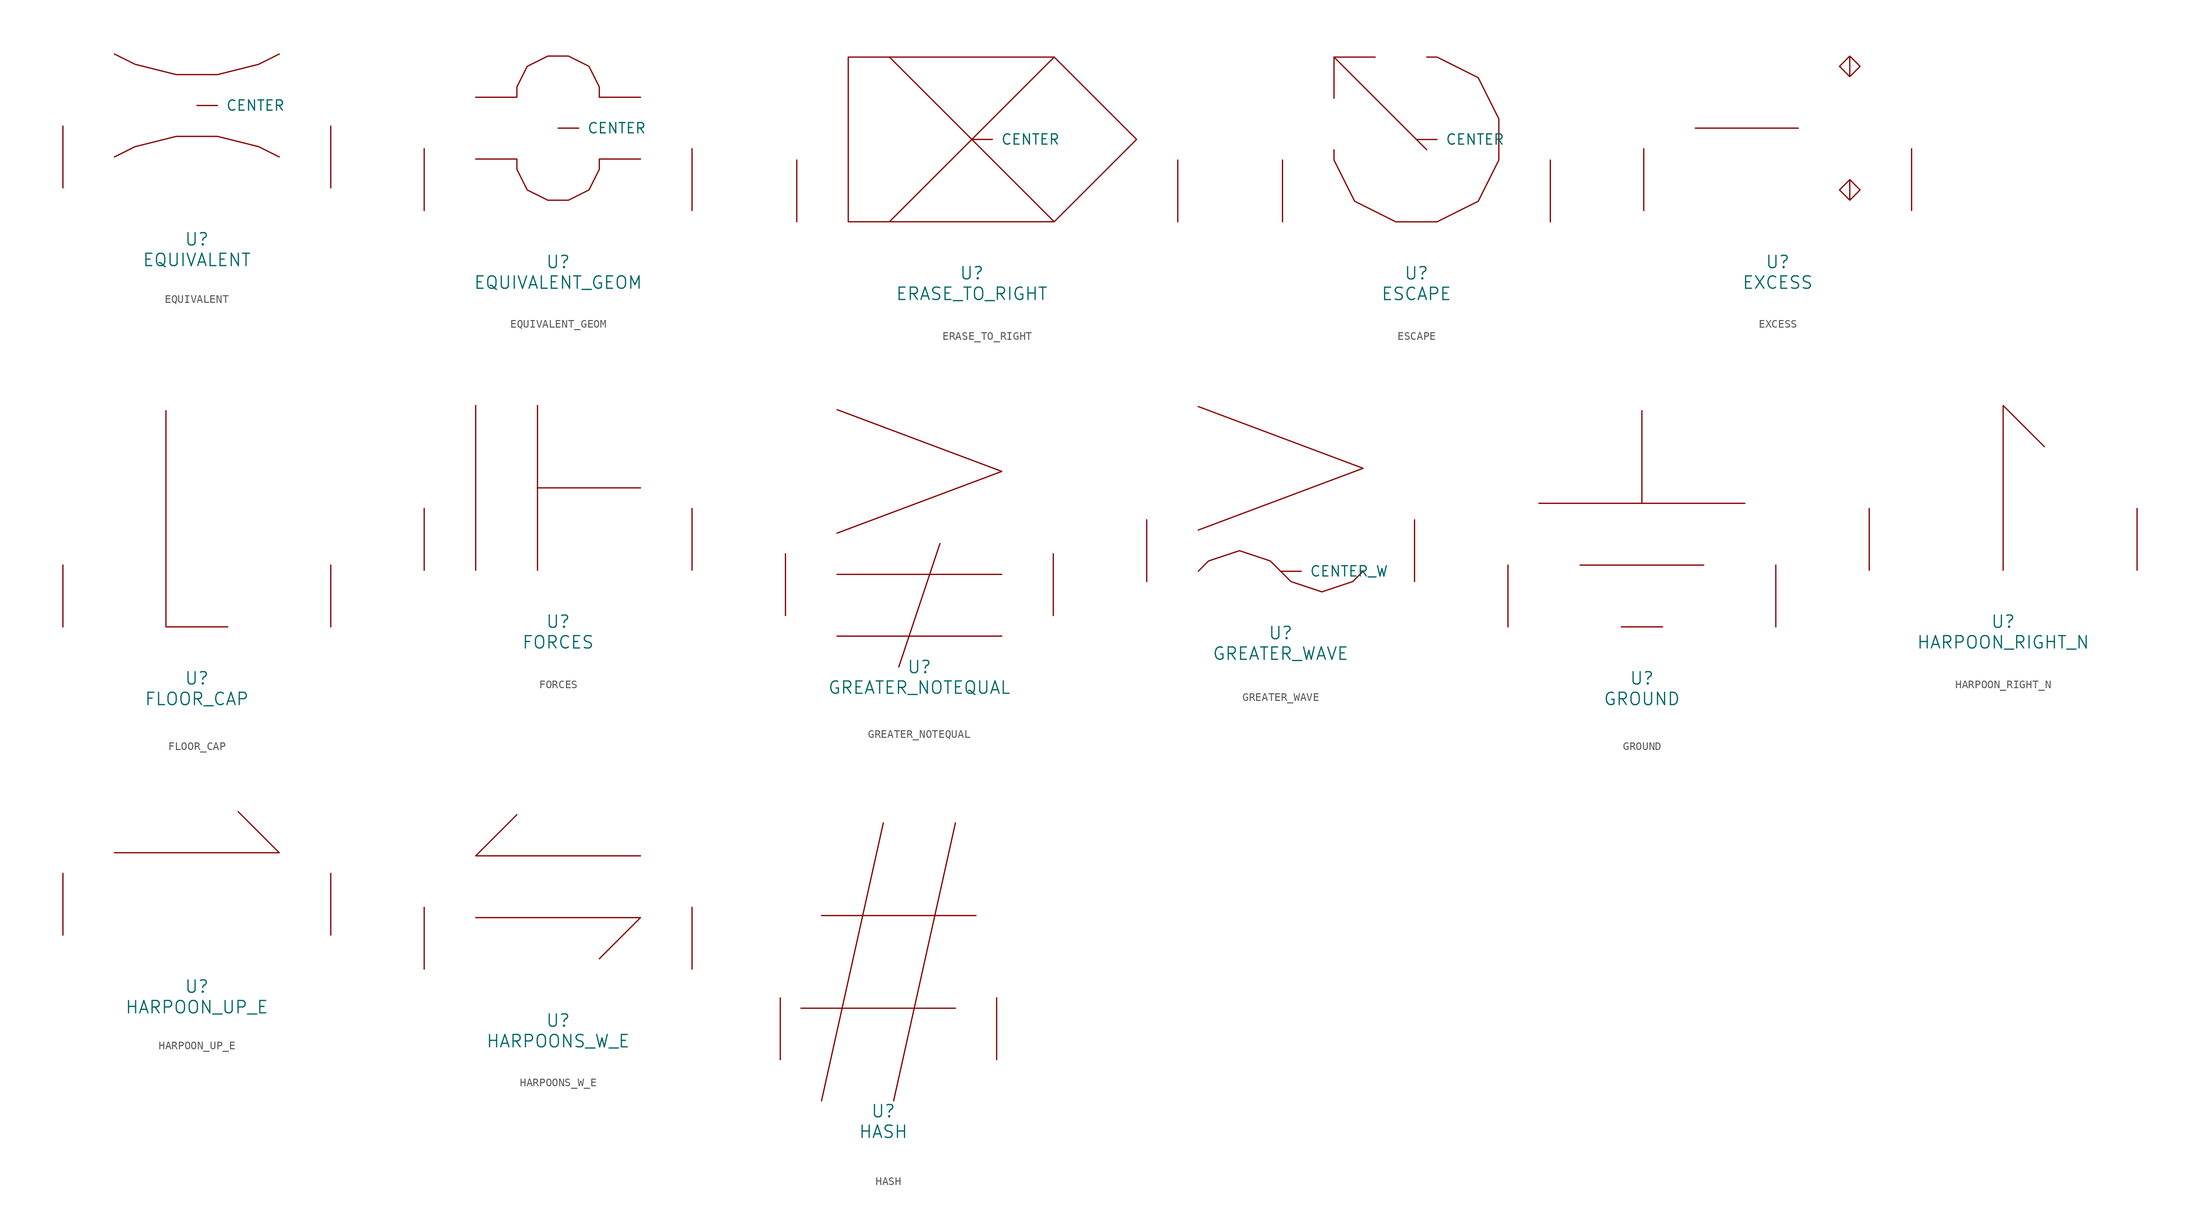
<source format=kicad_sym>
(kicad_symbol_lib
  (version 20220914)
  (generator font_lib2sym)
  (symbol "EQUIVALENT"
    (pin_names
      (offset 1.016))
    (property "Reference" "U"
      (at 0 -6.35 0)
      (effects (font (size 1.524 1.524))))
    (property "Value" "EQUIVALENT"
      (at 0 -8.89 0)
      (effects (font (size 1.524 1.524))))
    (symbol "EQUIVALENT_0_1"
      (polyline (pts (xy -10.16 3.81) (xy -7.62 5.08) (xy -2.54 6.35) (xy 2.54 6.35) (xy 7.62 5.08) (xy 10.16 3.81)) (stroke (width 0) (type solid)) (fill (type none)))
      (polyline (pts (xy -10.16 16.51) (xy -7.62 15.24) (xy -2.54 13.97) (xy 2.54 13.97) (xy 7.62 15.24) (xy 10.16 16.51)) (stroke (width 0) (type solid)) (fill (type none)))
      (pin input line (at 0 10.16 0) (length 2.54) (name "CENTER" (effects (font (size 1.27 1.27)))) (number "~" (effects (font (size 1.27 1.27)))))
      (pin input line (at -16.51 0 90) (length 7.62) (name "~" (effects (font (size 1.27 1.27)))) (number "~" (effects (font (size 1.27 1.27)))))
      (pin input line (at 16.51 0 90) (length 7.62) (name "~" (effects (font (size 1.27 1.27)))) (number "~" (effects (font (size 1.27 1.27)))))))
  (symbol "EQUIVALENT_GEOM"
    (pin_names
      (offset 1.016))
    (property "Reference" "U"
      (at 0 -6.35 0)
      (effects (font (size 1.524 1.524))))
    (property "Value" "EQUIVALENT_GEOM"
      (at 0 -8.89 0)
      (effects (font (size 1.524 1.524))))
    (symbol "EQUIVALENT_GEOM_0_1"
      (polyline (pts (xy -10.16 6.35) (xy -5.08 6.35) (xy -5.08 5.08) (xy -3.81 2.54) (xy -1.27 1.27) (xy 1.27 1.27) (xy 3.81 2.54) (xy 5.08 5.08) (xy 5.08 6.35) (xy 10.16 6.35)) (stroke (width 0) (type solid)) (fill (type none)))
      (polyline (pts (xy -10.16 13.97) (xy -5.08 13.97) (xy -5.08 15.24) (xy -3.81 17.78) (xy -1.27 19.05) (xy 1.27 19.05) (xy 3.81 17.78) (xy 5.08 15.24) (xy 5.08 13.97) (xy 10.16 13.97)) (stroke (width 0) (type solid)) (fill (type none)))
      (pin input line (at 0 10.16 0) (length 2.54) (name "CENTER" (effects (font (size 1.27 1.27)))) (number "~" (effects (font (size 1.27 1.27)))))
      (pin input line (at -16.51 0 90) (length 7.62) (name "~" (effects (font (size 1.27 1.27)))) (number "~" (effects (font (size 1.27 1.27)))))
      (pin input line (at 16.51 0 90) (length 7.62) (name "~" (effects (font (size 1.27 1.27)))) (number "~" (effects (font (size 1.27 1.27)))))))
  (symbol "ERASE_TO_RIGHT"
    (pin_names
      (offset 1.016))
    (property "Reference" "U"
      (at 0 -6.35 0)
      (effects (font (size 1.524 1.524))))
    (property "Value" "ERASE_TO_RIGHT"
      (at 0 -8.89 0)
      (effects (font (size 1.524 1.524))))
    (symbol "ERASE_TO_RIGHT_0_1"
      (polyline (pts (xy -10.16 20.32) (xy 10.16 0)) (stroke (width 0) (type solid)) (fill (type none)))
      (polyline (pts (xy 10.16 20.32) (xy -10.16 0)) (stroke (width 0) (type solid)) (fill (type none)))
      (polyline (pts (xy -15.24 20.32) (xy 10.16 20.32) (xy 20.32 10.16) (xy 10.16 0) (xy -15.24 0) (xy -15.24 20.32)) (stroke (width 0) (type solid)) (fill (type none)))
      (pin input line (at 0 10.16 0) (length 2.54) (name "CENTER" (effects (font (size 1.27 1.27)))) (number "~" (effects (font (size 1.27 1.27)))))
      (pin input line (at -21.59 0 90) (length 7.62) (name "~" (effects (font (size 1.27 1.27)))) (number "~" (effects (font (size 1.27 1.27)))))
      (pin input line (at 25.4 0 90) (length 7.62) (name "~" (effects (font (size 1.27 1.27)))) (number "~" (effects (font (size 1.27 1.27)))))))
  (symbol "ESCAPE"
    (pin_names
      (offset 1.016))
    (property "Reference" "U"
      (at 0 -6.35 0)
      (effects (font (size 1.524 1.524))))
    (property "Value" "ESCAPE"
      (at 0 -8.89 0)
      (effects (font (size 1.524 1.524))))
    (symbol "ESCAPE_0_1"
      (polyline (pts (xy 1.27 8.89) (xy -10.16 20.32)) (stroke (width 0) (type solid)) (fill (type none)))
      (polyline (pts (xy -10.16 15.24) (xy -10.16 20.32) (xy -5.08 20.32)) (stroke (width 0) (type solid)) (fill (type none)))
      (polyline (pts (xy 1.27 20.32) (xy 2.54 20.32) (xy 7.62 17.78) (xy 10.16 12.7) (xy 10.16 7.62) (xy 7.62 2.54) (xy 2.54 0) (xy -2.54 0) (xy -7.62 2.54) (xy -10.16 7.62) (xy -10.16 8.89)) (stroke (width 0) (type solid)) (fill (type none)))
      (pin input line (at 0 10.16 0) (length 2.54) (name "CENTER" (effects (font (size 1.27 1.27)))) (number "~" (effects (font (size 1.27 1.27)))))
      (pin input line (at -16.51 0 90) (length 7.62) (name "~" (effects (font (size 1.27 1.27)))) (number "~" (effects (font (size 1.27 1.27)))))
      (pin input line (at 16.51 0 90) (length 7.62) (name "~" (effects (font (size 1.27 1.27)))) (number "~" (effects (font (size 1.27 1.27)))))))
  (symbol "EXCESS"
    (pin_names
      (offset 1.016))
    (property "Reference" "U"
      (at 0 -6.35 0)
      (effects (font (size 1.524 1.524))))
    (property "Value" "EXCESS"
      (at 0 -8.89 0)
      (effects (font (size 1.524 1.524))))
    (symbol "EXCESS_0_1"
      (polyline (pts (xy -10.16 10.16) (xy 2.54 10.16)) (stroke (width 0) (type solid)) (fill (type none)))
      (polyline (pts (xy 8.89 3.81) (xy 10.16 2.54) (xy 8.89 1.27) (xy 7.62 2.54) (xy 8.89 3.81) (xy 8.89 1.27)) (stroke (width 0) (type solid)) (fill (type none)))
      (polyline (pts (xy 8.89 19.05) (xy 10.16 17.78) (xy 8.89 16.51) (xy 7.62 17.78) (xy 8.89 19.05) (xy 8.89 16.51)) (stroke (width 0) (type solid)) (fill (type none)))
      (pin input line (at -16.51 0 90) (length 7.62) (name "~" (effects (font (size 1.27 1.27)))) (number "~" (effects (font (size 1.27 1.27)))))
      (pin input line (at 16.51 0 90) (length 7.62) (name "~" (effects (font (size 1.27 1.27)))) (number "~" (effects (font (size 1.27 1.27)))))))
  (symbol "FLOOR_CAP"
    (pin_names
      (offset 1.016))
    (property "Reference" "U"
      (at 0 -6.35 0)
      (effects (font (size 1.524 1.524))))
    (property "Value" "FLOOR_CAP"
      (at 0 -8.89 0)
      (effects (font (size 1.524 1.524))))
    (symbol "FLOOR_CAP_0_1"
      (polyline (pts (xy 3.81 0) (xy -3.81 0) (xy -3.81 26.67)) (stroke (width 0) (type solid)) (fill (type none)))
      (pin input line (at -16.51 0 90) (length 7.62) (name "~" (effects (font (size 1.27 1.27)))) (number "~" (effects (font (size 1.27 1.27)))))
      (pin input line (at 16.51 0 90) (length 7.62) (name "~" (effects (font (size 1.27 1.27)))) (number "~" (effects (font (size 1.27 1.27)))))))
  (symbol "FORCES"
    (pin_names
      (offset 1.016))
    (property "Reference" "U"
      (at 0 -6.35 0)
      (effects (font (size 1.524 1.524))))
    (property "Value" "FORCES"
      (at 0 -8.89 0)
      (effects (font (size 1.524 1.524))))
    (symbol "FORCES_0_1"
      (polyline (pts (xy -10.16 20.32) (xy -10.16 0)) (stroke (width 0) (type solid)) (fill (type none)))
      (polyline (pts (xy -2.54 10.16) (xy 10.16 10.16)) (stroke (width 0) (type solid)) (fill (type none)))
      (polyline (pts (xy -2.54 20.32) (xy -2.54 0)) (stroke (width 0) (type solid)) (fill (type none)))
      (pin input line (at -16.51 0 90) (length 7.62) (name "~" (effects (font (size 1.27 1.27)))) (number "~" (effects (font (size 1.27 1.27)))))
      (pin input line (at 16.51 0 90) (length 7.62) (name "~" (effects (font (size 1.27 1.27)))) (number "~" (effects (font (size 1.27 1.27)))))))
  (symbol "GREATER_NOTEQUAL"
    (pin_names
      (offset 1.016))
    (property "Reference" "U"
      (at 0 -6.35 0)
      (effects (font (size 1.524 1.524))))
    (property "Value" "GREATER_NOTEQUAL"
      (at 0 -8.89 0)
      (effects (font (size 1.524 1.524))))
    (symbol "GREATER_NOTEQUAL_0_1"
      (polyline (pts (xy -10.16 5.08) (xy 10.16 5.08)) (stroke (width 0) (type solid)) (fill (type none)))
      (polyline (pts (xy 2.54 8.89) (xy -2.54 -6.35)) (stroke (width 0) (type solid)) (fill (type none)))
      (polyline (pts (xy 10.16 -2.54) (xy -10.16 -2.54)) (stroke (width 0) (type solid)) (fill (type none)))
      (polyline (pts (xy -10.16 10.16) (xy 10.16 17.78) (xy -10.16 25.4)) (stroke (width 0) (type solid)) (fill (type none)))
      (pin input line (at -16.51 0 90) (length 7.62) (name "~" (effects (font (size 1.27 1.27)))) (number "~" (effects (font (size 1.27 1.27)))))
      (pin input line (at 16.51 0 90) (length 7.62) (name "~" (effects (font (size 1.27 1.27)))) (number "~" (effects (font (size 1.27 1.27)))))))
  (symbol "GREATER_WAVE"
    (pin_names
      (offset 1.016))
    (property "Reference" "U"
      (at 0 -6.35 0)
      (effects (font (size 1.524 1.524))))
    (property "Value" "GREATER_WAVE"
      (at 0 -8.89 0)
      (effects (font (size 1.524 1.524))))
    (symbol "GREATER_WAVE_0_1"
      (polyline (pts (xy -10.16 6.35) (xy 10.16 13.97) (xy -10.16 21.59)) (stroke (width 0) (type solid)) (fill (type none)))
      (polyline (pts (xy -10.16 1.27) (xy -8.89 2.54) (xy -5.08 3.81) (xy -1.27 2.54) (xy 1.27 0) (xy 5.08 -1.27) (xy 8.89 0) (xy 10.16 1.27)) (stroke (width 0) (type solid)) (fill (type none)))
      (pin input line (at 0 1.27 0) (length 2.54) (name "CENTER_W" (effects (font (size 1.27 1.27)))) (number "~" (effects (font (size 1.27 1.27)))))
      (pin input line (at -16.51 0 90) (length 7.62) (name "~" (effects (font (size 1.27 1.27)))) (number "~" (effects (font (size 1.27 1.27)))))
      (pin input line (at 16.51 0 90) (length 7.62) (name "~" (effects (font (size 1.27 1.27)))) (number "~" (effects (font (size 1.27 1.27)))))))
  (symbol "GROUND"
    (pin_names
      (offset 1.016))
    (property "Reference" "U"
      (at 0 -6.35 0)
      (effects (font (size 1.524 1.524))))
    (property "Value" "GROUND"
      (at 0 -8.89 0)
      (effects (font (size 1.524 1.524))))
    (symbol "GROUND_0_1"
      (polyline (pts (xy -12.7 15.24) (xy 12.7 15.24)) (stroke (width 0) (type solid)) (fill (type none)))
      (polyline (pts (xy -7.62 7.62) (xy 7.62 7.62)) (stroke (width 0) (type solid)) (fill (type none)))
      (polyline (pts (xy 0 26.67) (xy 0 15.24)) (stroke (width 0) (type solid)) (fill (type none)))
      (polyline (pts (xy 2.54 0) (xy -2.54 0)) (stroke (width 0) (type solid)) (fill (type none)))
      (pin input line (at -16.51 0 90) (length 7.62) (name "~" (effects (font (size 1.27 1.27)))) (number "~" (effects (font (size 1.27 1.27)))))
      (pin input line (at 16.51 0 90) (length 7.62) (name "~" (effects (font (size 1.27 1.27)))) (number "~" (effects (font (size 1.27 1.27)))))))
  (symbol "HARPOON_RIGHT_N"
    (pin_names
      (offset 1.016))
    (property "Reference" "U"
      (at 0 -6.35 0)
      (effects (font (size 1.524 1.524))))
    (property "Value" "HARPOON_RIGHT_N"
      (at 0 -8.89 0)
      (effects (font (size 1.524 1.524))))
    (symbol "HARPOON_RIGHT_N_0_1"
      (polyline (pts (xy 0 0) (xy 0 20.32) (xy 5.08 15.24)) (stroke (width 0) (type solid)) (fill (type none)))
      (pin input line (at -16.51 0 90) (length 7.62) (name "~" (effects (font (size 1.27 1.27)))) (number "~" (effects (font (size 1.27 1.27)))))
      (pin input line (at 16.51 0 90) (length 7.62) (name "~" (effects (font (size 1.27 1.27)))) (number "~" (effects (font (size 1.27 1.27)))))))
  (symbol "HARPOON_UP_E"
    (pin_names
      (offset 1.016))
    (property "Reference" "U"
      (at 0 -6.35 0)
      (effects (font (size 1.524 1.524))))
    (property "Value" "HARPOON_UP_E"
      (at 0 -8.89 0)
      (effects (font (size 1.524 1.524))))
    (symbol "HARPOON_UP_E_0_1"
      (polyline (pts (xy -10.16 10.16) (xy 10.16 10.16) (xy 5.08 15.24)) (stroke (width 0) (type solid)) (fill (type none)))
      (pin input line (at -16.51 0 90) (length 7.62) (name "~" (effects (font (size 1.27 1.27)))) (number "~" (effects (font (size 1.27 1.27)))))
      (pin input line (at 16.51 0 90) (length 7.62) (name "~" (effects (font (size 1.27 1.27)))) (number "~" (effects (font (size 1.27 1.27)))))))
  (symbol "HARPOONS_W_E"
    (pin_names
      (offset 1.016))
    (property "Reference" "U"
      (at 0 -6.35 0)
      (effects (font (size 1.524 1.524))))
    (property "Value" "HARPOONS_W_E"
      (at 0 -8.89 0)
      (effects (font (size 1.524 1.524))))
    (symbol "HARPOONS_W_E_0_1"
      (polyline (pts (xy -10.16 6.35) (xy 10.16 6.35) (xy 5.08 1.27)) (stroke (width 0) (type solid)) (fill (type none)))
      (polyline (pts (xy 10.16 13.97) (xy -10.16 13.97) (xy -5.08 19.05)) (stroke (width 0) (type solid)) (fill (type none)))
      (pin input line (at -16.51 0 90) (length 7.62) (name "~" (effects (font (size 1.27 1.27)))) (number "~" (effects (font (size 1.27 1.27)))))
      (pin input line (at 16.51 0 90) (length 7.62) (name "~" (effects (font (size 1.27 1.27)))) (number "~" (effects (font (size 1.27 1.27)))))))
  (symbol "HASH"
    (pin_names
      (offset 1.016))
    (property "Reference" "U"
      (at 0 -6.35 0)
      (effects (font (size 1.524 1.524))))
    (property "Value" "HASH"
      (at 0 -8.89 0)
      (effects (font (size 1.524 1.524))))
    (symbol "HASH_0_1"
      (polyline (pts (xy -7.62 17.78) (xy 11.43 17.78)) (stroke (width 0) (type solid)) (fill (type none)))
      (polyline (pts (xy 0 29.21) (xy -7.62 -5.08)) (stroke (width 0) (type solid)) (fill (type none)))
      (polyline (pts (xy 8.89 6.35) (xy -10.16 6.35)) (stroke (width 0) (type solid)) (fill (type none)))
      (polyline (pts (xy 1.27 -5.08) (xy 8.89 29.21) (xy 8.89 29.21)) (stroke (width 0) (type solid)) (fill (type none)))
      (pin input line (at -12.7 0 90) (length 7.62) (name "~" (effects (font (size 1.27 1.27)))) (number "~" (effects (font (size 1.27 1.27)))))
      (pin input line (at 13.97 0 90) (length 7.62) (name "~" (effects (font (size 1.27 1.27)))) (number "~" (effects (font (size 1.27 1.27))))))))
</source>
